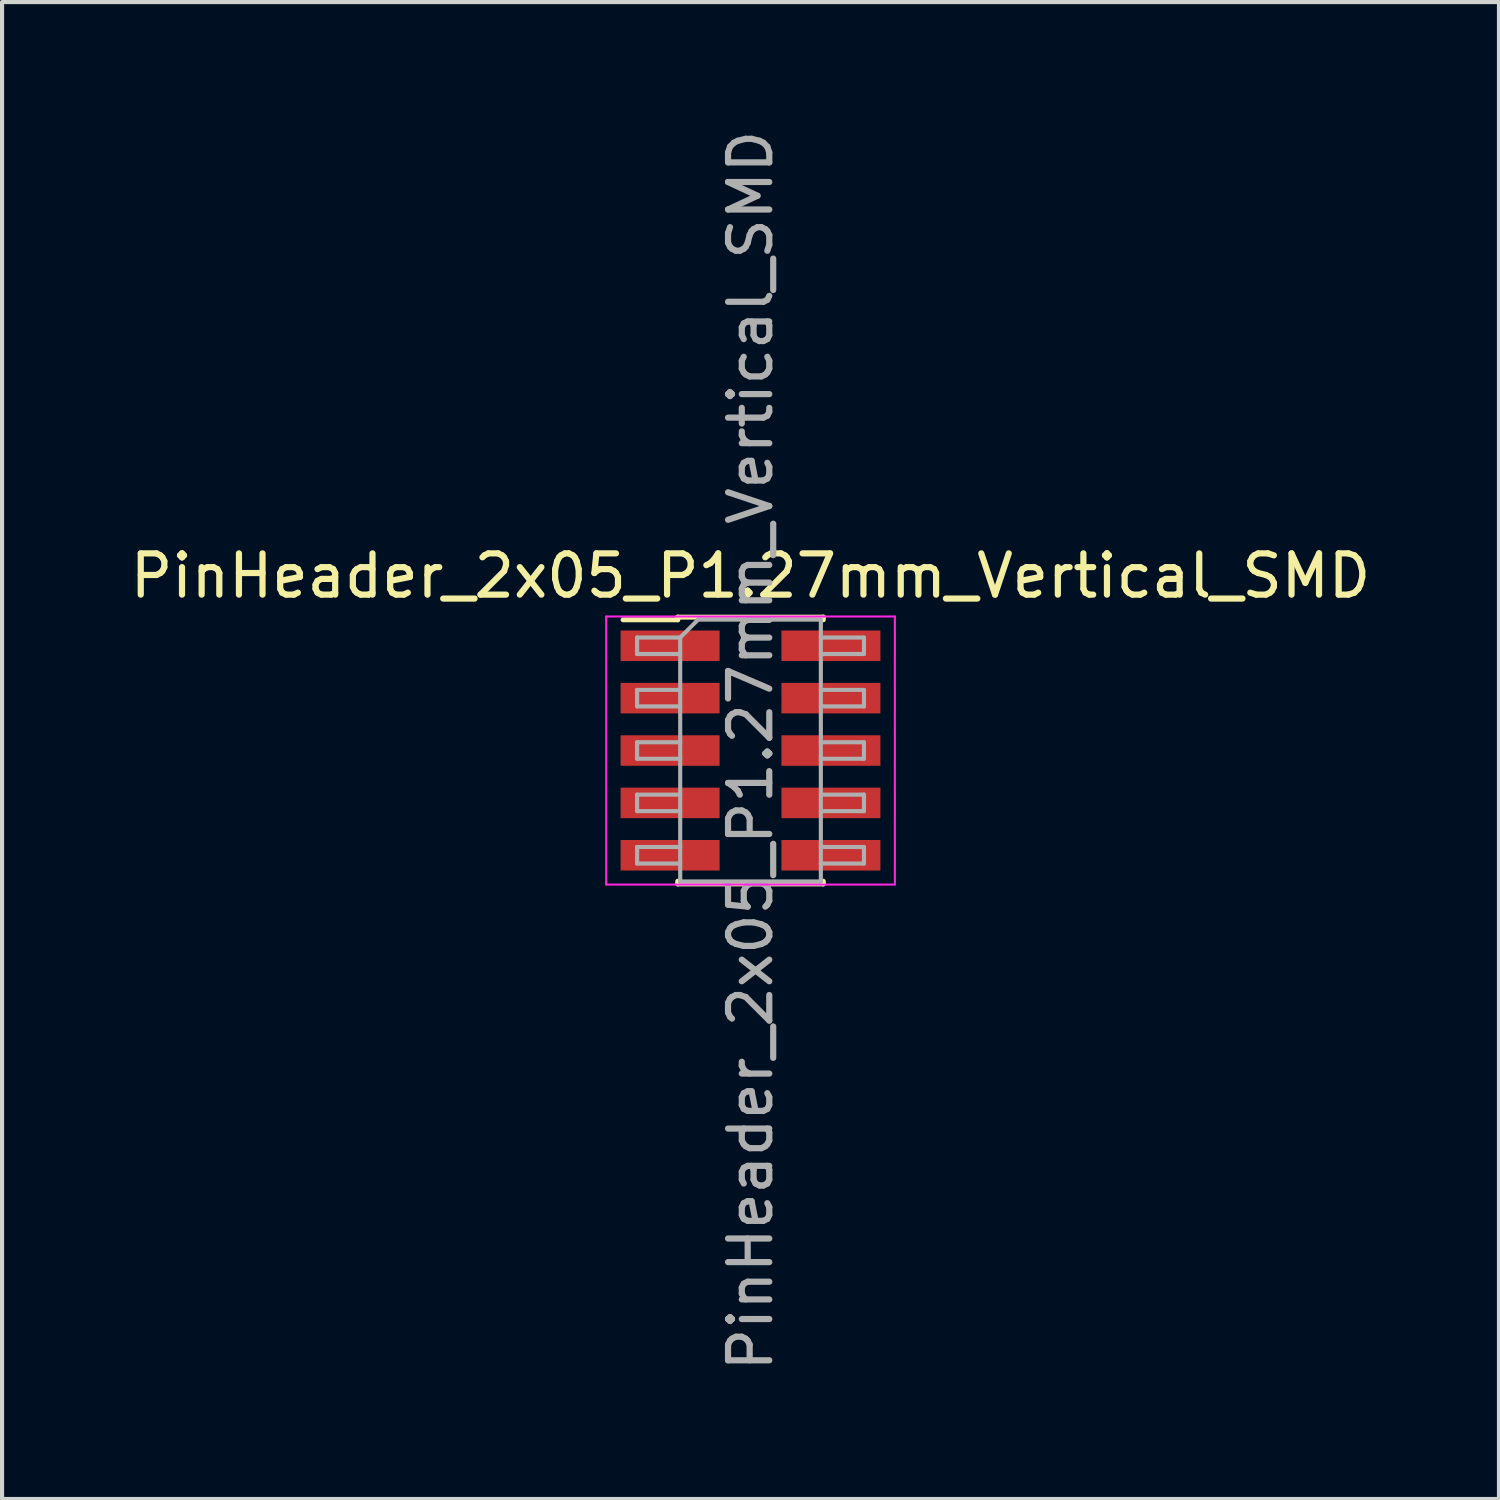
<source format=kicad_pcb>
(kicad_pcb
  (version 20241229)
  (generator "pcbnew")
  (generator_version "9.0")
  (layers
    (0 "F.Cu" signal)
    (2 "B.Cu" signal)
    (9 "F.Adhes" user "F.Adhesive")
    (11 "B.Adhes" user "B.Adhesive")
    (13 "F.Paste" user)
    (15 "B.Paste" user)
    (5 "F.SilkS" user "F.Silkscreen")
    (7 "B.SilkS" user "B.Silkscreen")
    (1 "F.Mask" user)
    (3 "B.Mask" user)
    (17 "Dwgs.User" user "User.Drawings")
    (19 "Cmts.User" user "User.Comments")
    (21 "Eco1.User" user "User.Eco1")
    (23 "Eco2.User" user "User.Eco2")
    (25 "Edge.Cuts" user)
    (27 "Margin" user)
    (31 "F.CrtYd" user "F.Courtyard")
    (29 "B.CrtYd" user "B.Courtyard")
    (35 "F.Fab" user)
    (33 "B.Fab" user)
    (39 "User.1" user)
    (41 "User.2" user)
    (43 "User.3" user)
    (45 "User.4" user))
  (footprint "PinHeader_2x05_P1.27mm_Vertical_SMD"
    (layer "F.Cu")
    (at 15.149 15.149)
    (property "Reference" "PinHeader_2x05_P1.27mm_Vertical_SMD" (at 0 -4.235 0) (layer "F.SilkS") (effects (font (size 1 1) (thickness 0.15))))
    (attr smd)
    (fp_line (start -3.09 -3.17) (end -1.765 -3.17) (stroke (width 0.12) (type solid)) (layer "F.SilkS"))
    (fp_line (start -1.765 -3.235) (end -1.765 -3.17) (stroke (width 0.12) (type solid)) (layer "F.SilkS"))
    (fp_line (start -1.765 -3.235) (end 1.765 -3.235) (stroke (width 0.12) (type solid)) (layer "F.SilkS"))
    (fp_line (start -1.765 3.17) (end -1.765 3.235) (stroke (width 0.12) (type solid)) (layer "F.SilkS"))
    (fp_line (start -1.765 3.235) (end 1.765 3.235) (stroke (width 0.12) (type solid)) (layer "F.SilkS"))
    (fp_line (start 1.765 -3.235) (end 1.765 -3.17) (stroke (width 0.12) (type solid)) (layer "F.SilkS"))
    (fp_line (start 1.765 3.17) (end 1.765 3.235) (stroke (width 0.12) (type solid)) (layer "F.SilkS"))
    (fp_line (start -3.5 -3.25) (end -3.5 3.25) (stroke (width 0.05) (type solid)) (layer "F.CrtYd"))
    (fp_line (start -3.5 3.25) (end 3.5 3.25) (stroke (width 0.05) (type solid)) (layer "F.CrtYd"))
    (fp_line (start 3.5 -3.25) (end -3.5 -3.25) (stroke (width 0.05) (type solid)) (layer "F.CrtYd"))
    (fp_line (start 3.5 3.25) (end 3.5 -3.25) (stroke (width 0.05) (type solid)) (layer "F.CrtYd"))
    (fp_line (start -2.75 -2.74) (end -2.75 -2.34) (stroke (width 0.1) (type solid)) (layer "F.Fab"))
    (fp_line (start -2.75 -2.34) (end -1.705 -2.34) (stroke (width 0.1) (type solid)) (layer "F.Fab"))
    (fp_line (start -2.75 -1.47) (end -2.75 -1.07) (stroke (width 0.1) (type solid)) (layer "F.Fab"))
    (fp_line (start -2.75 -1.07) (end -1.705 -1.07) (stroke (width 0.1) (type solid)) (layer "F.Fab"))
    (fp_line (start -2.75 -0.2) (end -2.75 0.2) (stroke (width 0.1) (type solid)) (layer "F.Fab"))
    (fp_line (start -2.75 0.2) (end -1.705 0.2) (stroke (width 0.1) (type solid)) (layer "F.Fab"))
    (fp_line (start -2.75 1.07) (end -2.75 1.47) (stroke (width 0.1) (type solid)) (layer "F.Fab"))
    (fp_line (start -2.75 1.47) (end -1.705 1.47) (stroke (width 0.1) (type solid)) (layer "F.Fab"))
    (fp_line (start -2.75 2.34) (end -2.75 2.74) (stroke (width 0.1) (type solid)) (layer "F.Fab"))
    (fp_line (start -2.75 2.74) (end -1.705 2.74) (stroke (width 0.1) (type solid)) (layer "F.Fab"))
    (fp_line (start -1.705 -2.74) (end -2.75 -2.74) (stroke (width 0.1) (type solid)) (layer "F.Fab"))
    (fp_line (start -1.705 -2.74) (end -1.27 -3.175) (stroke (width 0.1) (type solid)) (layer "F.Fab"))
    (fp_line (start -1.705 -1.47) (end -2.75 -1.47) (stroke (width 0.1) (type solid)) (layer "F.Fab"))
    (fp_line (start -1.705 -0.2) (end -2.75 -0.2) (stroke (width 0.1) (type solid)) (layer "F.Fab"))
    (fp_line (start -1.705 1.07) (end -2.75 1.07) (stroke (width 0.1) (type solid)) (layer "F.Fab"))
    (fp_line (start -1.705 2.34) (end -2.75 2.34) (stroke (width 0.1) (type solid)) (layer "F.Fab"))
    (fp_line (start -1.705 3.175) (end -1.705 -2.74) (stroke (width 0.1) (type solid)) (layer "F.Fab"))
    (fp_line (start -1.27 -3.175) (end 1.705 -3.175) (stroke (width 0.1) (type solid)) (layer "F.Fab"))
    (fp_line (start 1.705 -3.175) (end 1.705 3.175) (stroke (width 0.1) (type solid)) (layer "F.Fab"))
    (fp_line (start 1.705 -2.74) (end 2.75 -2.74) (stroke (width 0.1) (type solid)) (layer "F.Fab"))
    (fp_line (start 1.705 -1.47) (end 2.75 -1.47) (stroke (width 0.1) (type solid)) (layer "F.Fab"))
    (fp_line (start 1.705 -0.2) (end 2.75 -0.2) (stroke (width 0.1) (type solid)) (layer "F.Fab"))
    (fp_line (start 1.705 1.07) (end 2.75 1.07) (stroke (width 0.1) (type solid)) (layer "F.Fab"))
    (fp_line (start 1.705 2.34) (end 2.75 2.34) (stroke (width 0.1) (type solid)) (layer "F.Fab"))
    (fp_line (start 1.705 3.175) (end -1.705 3.175) (stroke (width 0.1) (type solid)) (layer "F.Fab"))
    (fp_line (start 2.75 -2.74) (end 2.75 -2.34) (stroke (width 0.1) (type solid)) (layer "F.Fab"))
    (fp_line (start 2.75 -2.34) (end 1.705 -2.34) (stroke (width 0.1) (type solid)) (layer "F.Fab"))
    (fp_line (start 2.75 -1.47) (end 2.75 -1.07) (stroke (width 0.1) (type solid)) (layer "F.Fab"))
    (fp_line (start 2.75 -1.07) (end 1.705 -1.07) (stroke (width 0.1) (type solid)) (layer "F.Fab"))
    (fp_line (start 2.75 -0.2) (end 2.75 0.2) (stroke (width 0.1) (type solid)) (layer "F.Fab"))
    (fp_line (start 2.75 0.2) (end 1.705 0.2) (stroke (width 0.1) (type solid)) (layer "F.Fab"))
    (fp_line (start 2.75 1.07) (end 2.75 1.47) (stroke (width 0.1) (type solid)) (layer "F.Fab"))
    (fp_line (start 2.75 1.47) (end 1.705 1.47) (stroke (width 0.1) (type solid)) (layer "F.Fab"))
    (fp_line (start 2.75 2.34) (end 2.75 2.74) (stroke (width 0.1) (type solid)) (layer "F.Fab"))
    (fp_line (start 2.75 2.74) (end 1.705 2.74) (stroke (width 0.1) (type solid)) (layer "F.Fab"))
    (fp_text user "${REFERENCE}" (at 0 0 90) (layer "F.Fab") (effects (font (size 1 1) (thickness 0.15))))
    (pad "1" smd rect (at -1.95 -2.54) (size 2.4 0.74) (layers "F.Cu" "F.Mask" "F.Paste"))
    (pad "2" smd rect (at 1.95 -2.54) (size 2.4 0.74) (layers "F.Cu" "F.Mask" "F.Paste"))
    (pad "3" smd rect (at -1.95 -1.27) (size 2.4 0.74) (layers "F.Cu" "F.Mask" "F.Paste"))
    (pad "4" smd rect (at 1.95 -1.27) (size 2.4 0.74) (layers "F.Cu" "F.Mask" "F.Paste"))
    (pad "5" smd rect (at -1.95 0) (size 2.4 0.74) (layers "F.Cu" "F.Mask" "F.Paste"))
    (pad "6" smd rect (at 1.95 0) (size 2.4 0.74) (layers "F.Cu" "F.Mask" "F.Paste"))
    (pad "7" smd rect (at -1.95 1.27) (size 2.4 0.74) (layers "F.Cu" "F.Mask" "F.Paste"))
    (pad "8" smd rect (at 1.95 1.27) (size 2.4 0.74) (layers "F.Cu" "F.Mask" "F.Paste"))
    (pad "9" smd rect (at -1.95 2.54) (size 2.4 0.74) (layers "F.Cu" "F.Mask" "F.Paste"))
    (pad "10" smd rect (at 1.95 2.54) (size 2.4 0.74) (layers "F.Cu" "F.Mask" "F.Paste")))
  (gr_rect
    (start -3 -3)
    (end 33.298 33.298)
    (stroke (width 0.1) (type default))
    (fill no)
    (layer "Edge.Cuts")))
</source>
